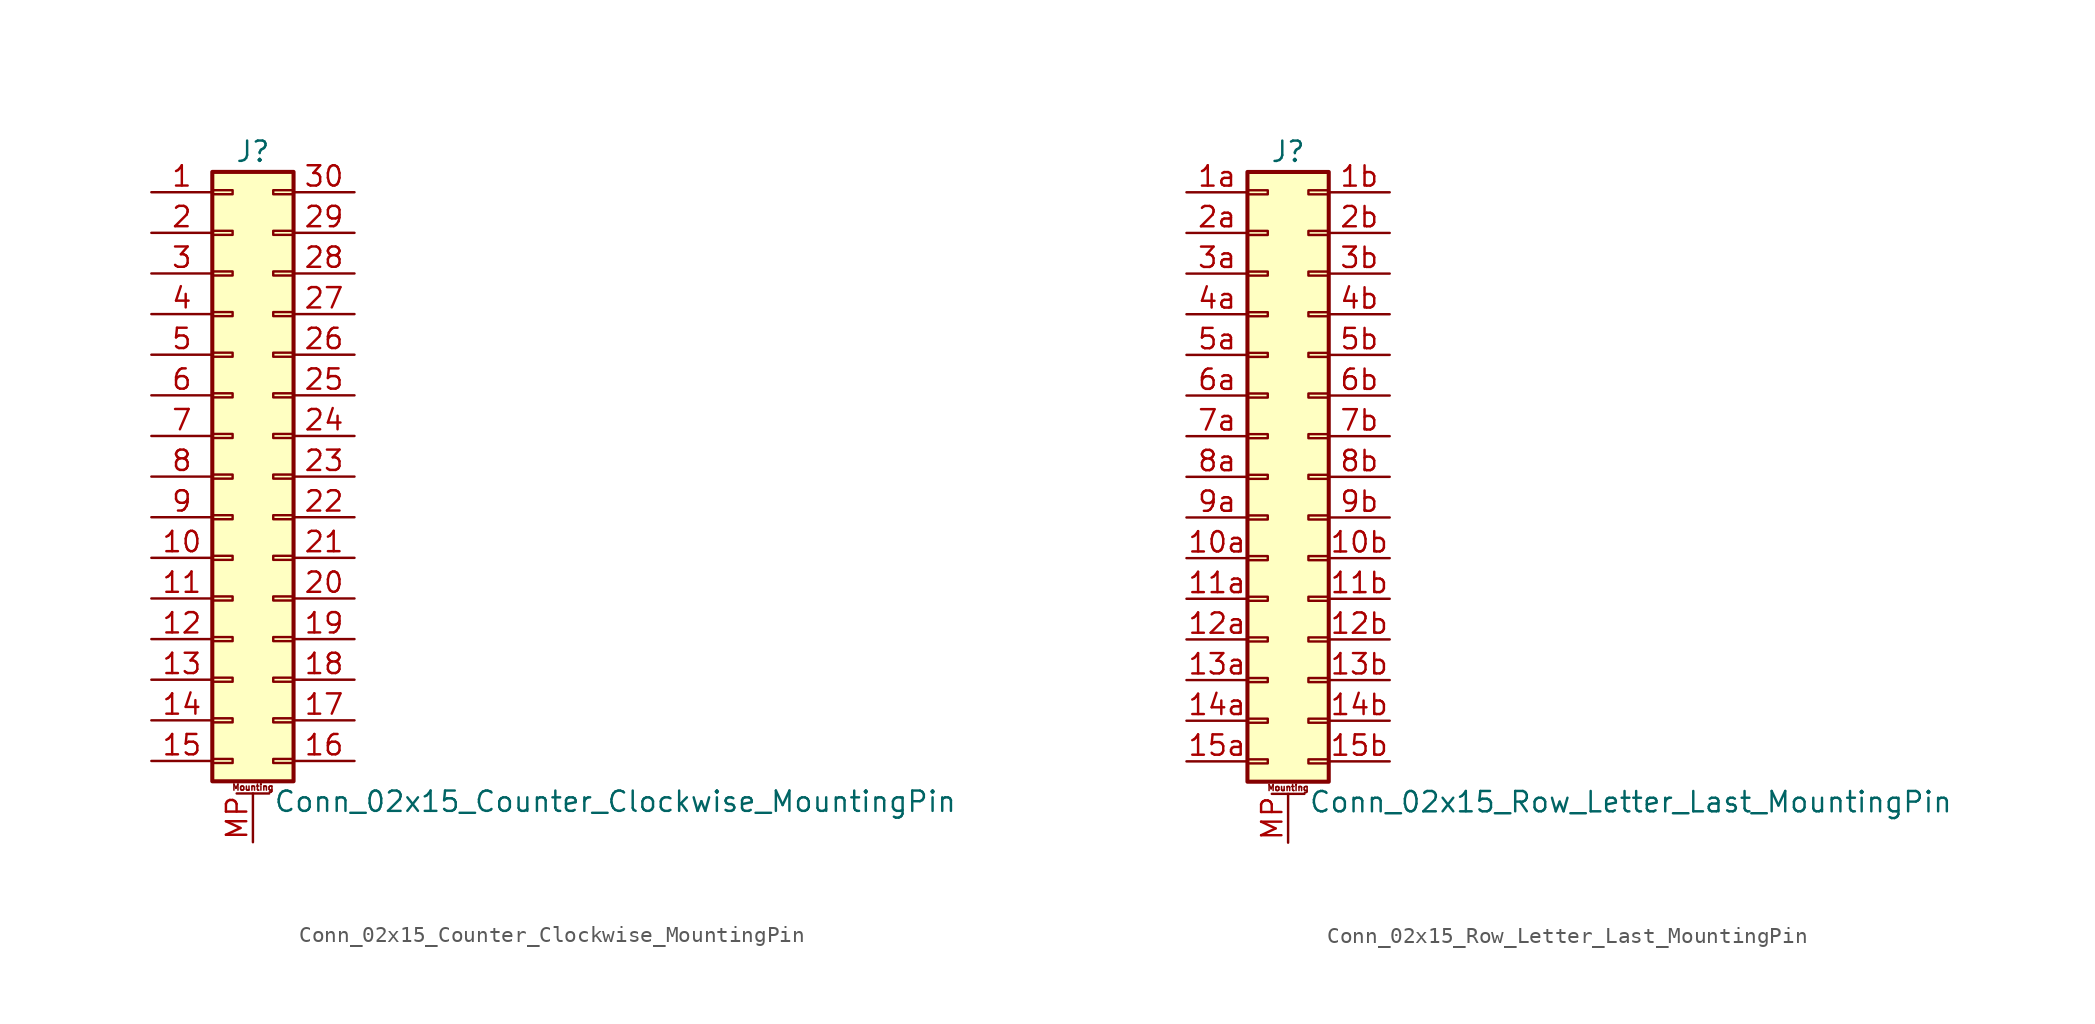
<source format=kicad_sym>
(kicad_symbol_lib
  (version 20220914)
  (generator kicad_symbol_editor)
  (symbol "Conn_02x15_Counter_Clockwise_MountingPin"
    (pin_names
      (offset 1.016) hide)
    (property "Reference" "J"
      (at 1.27 20.32 0)
      (effects (font (size 1.27 1.27))))
    (property "Value" "Conn_02x15_Counter_Clockwise_MountingPin"
      (at 2.54 -20.32 0)
      (effects (font (size 1.27 1.27)) (justify left)))
    (symbol "Conn_02x15_Counter_Clockwise_MountingPin_1_1"
      (rectangle (start -1.27 -17.653) (end 0 -17.907) (stroke (width 0.152) (type default)) (fill (type none)))
      (rectangle (start -1.27 -15.113) (end 0 -15.367) (stroke (width 0.152) (type default)) (fill (type none)))
      (rectangle (start -1.27 -12.573) (end 0 -12.827) (stroke (width 0.152) (type default)) (fill (type none)))
      (rectangle (start -1.27 -10.033) (end 0 -10.287) (stroke (width 0.152) (type default)) (fill (type none)))
      (rectangle (start -1.27 -7.493) (end 0 -7.747) (stroke (width 0.152) (type default)) (fill (type none)))
      (rectangle (start -1.27 -4.953) (end 0 -5.207) (stroke (width 0.152) (type default)) (fill (type none)))
      (rectangle (start -1.27 -2.413) (end 0 -2.667) (stroke (width 0.152) (type default)) (fill (type none)))
      (rectangle (start -1.27 0.127) (end 0 -0.127) (stroke (width 0.152) (type default)) (fill (type none)))
      (rectangle (start -1.27 2.667) (end 0 2.413) (stroke (width 0.152) (type default)) (fill (type none)))
      (rectangle (start -1.27 5.207) (end 0 4.953) (stroke (width 0.152) (type default)) (fill (type none)))
      (rectangle (start -1.27 7.747) (end 0 7.493) (stroke (width 0.152) (type default)) (fill (type none)))
      (rectangle (start -1.27 10.287) (end 0 10.033) (stroke (width 0.152) (type default)) (fill (type none)))
      (rectangle (start -1.27 12.827) (end 0 12.573) (stroke (width 0.152) (type default)) (fill (type none)))
      (rectangle (start -1.27 15.367) (end 0 15.113) (stroke (width 0.152) (type default)) (fill (type none)))
      (rectangle (start -1.27 17.907) (end 0 17.653) (stroke (width 0.152) (type default)) (fill (type none)))
      (rectangle (start -1.27 19.05) (end 3.81 -19.05) (stroke (width 0.254) (type default)) (fill (type background)))
      (polyline (pts (xy 0.254 -19.812) (xy 2.286 -19.812)) (stroke (width 0.152) (type default)) (fill (type none)))
      (rectangle (start 3.81 -17.653) (end 2.54 -17.907) (stroke (width 0.152) (type default)) (fill (type none)))
      (rectangle (start 3.81 -15.113) (end 2.54 -15.367) (stroke (width 0.152) (type default)) (fill (type none)))
      (rectangle (start 3.81 -12.573) (end 2.54 -12.827) (stroke (width 0.152) (type default)) (fill (type none)))
      (rectangle (start 3.81 -10.033) (end 2.54 -10.287) (stroke (width 0.152) (type default)) (fill (type none)))
      (rectangle (start 3.81 -7.493) (end 2.54 -7.747) (stroke (width 0.152) (type default)) (fill (type none)))
      (rectangle (start 3.81 -4.953) (end 2.54 -5.207) (stroke (width 0.152) (type default)) (fill (type none)))
      (rectangle (start 3.81 -2.413) (end 2.54 -2.667) (stroke (width 0.152) (type default)) (fill (type none)))
      (rectangle (start 3.81 0.127) (end 2.54 -0.127) (stroke (width 0.152) (type default)) (fill (type none)))
      (rectangle (start 3.81 2.667) (end 2.54 2.413) (stroke (width 0.152) (type default)) (fill (type none)))
      (rectangle (start 3.81 5.207) (end 2.54 4.953) (stroke (width 0.152) (type default)) (fill (type none)))
      (rectangle (start 3.81 7.747) (end 2.54 7.493) (stroke (width 0.152) (type default)) (fill (type none)))
      (rectangle (start 3.81 10.287) (end 2.54 10.033) (stroke (width 0.152) (type default)) (fill (type none)))
      (rectangle (start 3.81 12.827) (end 2.54 12.573) (stroke (width 0.152) (type default)) (fill (type none)))
      (rectangle (start 3.81 15.367) (end 2.54 15.113) (stroke (width 0.152) (type default)) (fill (type none)))
      (rectangle (start 3.81 17.907) (end 2.54 17.653) (stroke (width 0.152) (type default)) (fill (type none)))
      (text "Mounting" (at 1.27 -19.431 0) (effects (font (size 0.381 0.381))))
      (pin passive line (at -5.08 17.78 0) (length 3.81) (name "Pin_1" (effects (font (size 1.27 1.27)))) (number "1" (effects (font (size 1.27 1.27)))))
      (pin passive line (at -5.08 -5.08 0) (length 3.81) (name "Pin_10" (effects (font (size 1.27 1.27)))) (number "10" (effects (font (size 1.27 1.27)))))
      (pin passive line (at -5.08 -7.62 0) (length 3.81) (name "Pin_11" (effects (font (size 1.27 1.27)))) (number "11" (effects (font (size 1.27 1.27)))))
      (pin passive line (at -5.08 -10.16 0) (length 3.81) (name "Pin_12" (effects (font (size 1.27 1.27)))) (number "12" (effects (font (size 1.27 1.27)))))
      (pin passive line (at -5.08 -12.7 0) (length 3.81) (name "Pin_13" (effects (font (size 1.27 1.27)))) (number "13" (effects (font (size 1.27 1.27)))))
      (pin passive line (at -5.08 -15.24 0) (length 3.81) (name "Pin_14" (effects (font (size 1.27 1.27)))) (number "14" (effects (font (size 1.27 1.27)))))
      (pin passive line (at -5.08 -17.78 0) (length 3.81) (name "Pin_15" (effects (font (size 1.27 1.27)))) (number "15" (effects (font (size 1.27 1.27)))))
      (pin passive line (at 7.62 -17.78 180) (length 3.81) (name "Pin_16" (effects (font (size 1.27 1.27)))) (number "16" (effects (font (size 1.27 1.27)))))
      (pin passive line (at 7.62 -15.24 180) (length 3.81) (name "Pin_17" (effects (font (size 1.27 1.27)))) (number "17" (effects (font (size 1.27 1.27)))))
      (pin passive line (at 7.62 -12.7 180) (length 3.81) (name "Pin_18" (effects (font (size 1.27 1.27)))) (number "18" (effects (font (size 1.27 1.27)))))
      (pin passive line (at 7.62 -10.16 180) (length 3.81) (name "Pin_19" (effects (font (size 1.27 1.27)))) (number "19" (effects (font (size 1.27 1.27)))))
      (pin passive line (at -5.08 15.24 0) (length 3.81) (name "Pin_2" (effects (font (size 1.27 1.27)))) (number "2" (effects (font (size 1.27 1.27)))))
      (pin passive line (at 7.62 -7.62 180) (length 3.81) (name "Pin_20" (effects (font (size 1.27 1.27)))) (number "20" (effects (font (size 1.27 1.27)))))
      (pin passive line (at 7.62 -5.08 180) (length 3.81) (name "Pin_21" (effects (font (size 1.27 1.27)))) (number "21" (effects (font (size 1.27 1.27)))))
      (pin passive line (at 7.62 -2.54 180) (length 3.81) (name "Pin_22" (effects (font (size 1.27 1.27)))) (number "22" (effects (font (size 1.27 1.27)))))
      (pin passive line (at 7.62 0 180) (length 3.81) (name "Pin_23" (effects (font (size 1.27 1.27)))) (number "23" (effects (font (size 1.27 1.27)))))
      (pin passive line (at 7.62 2.54 180) (length 3.81) (name "Pin_24" (effects (font (size 1.27 1.27)))) (number "24" (effects (font (size 1.27 1.27)))))
      (pin passive line (at 7.62 5.08 180) (length 3.81) (name "Pin_25" (effects (font (size 1.27 1.27)))) (number "25" (effects (font (size 1.27 1.27)))))
      (pin passive line (at 7.62 7.62 180) (length 3.81) (name "Pin_26" (effects (font (size 1.27 1.27)))) (number "26" (effects (font (size 1.27 1.27)))))
      (pin passive line (at 7.62 10.16 180) (length 3.81) (name "Pin_27" (effects (font (size 1.27 1.27)))) (number "27" (effects (font (size 1.27 1.27)))))
      (pin passive line (at 7.62 12.7 180) (length 3.81) (name "Pin_28" (effects (font (size 1.27 1.27)))) (number "28" (effects (font (size 1.27 1.27)))))
      (pin passive line (at 7.62 15.24 180) (length 3.81) (name "Pin_29" (effects (font (size 1.27 1.27)))) (number "29" (effects (font (size 1.27 1.27)))))
      (pin passive line (at -5.08 12.7 0) (length 3.81) (name "Pin_3" (effects (font (size 1.27 1.27)))) (number "3" (effects (font (size 1.27 1.27)))))
      (pin passive line (at 7.62 17.78 180) (length 3.81) (name "Pin_30" (effects (font (size 1.27 1.27)))) (number "30" (effects (font (size 1.27 1.27)))))
      (pin passive line (at -5.08 10.16 0) (length 3.81) (name "Pin_4" (effects (font (size 1.27 1.27)))) (number "4" (effects (font (size 1.27 1.27)))))
      (pin passive line (at -5.08 7.62 0) (length 3.81) (name "Pin_5" (effects (font (size 1.27 1.27)))) (number "5" (effects (font (size 1.27 1.27)))))
      (pin passive line (at -5.08 5.08 0) (length 3.81) (name "Pin_6" (effects (font (size 1.27 1.27)))) (number "6" (effects (font (size 1.27 1.27)))))
      (pin passive line (at -5.08 2.54 0) (length 3.81) (name "Pin_7" (effects (font (size 1.27 1.27)))) (number "7" (effects (font (size 1.27 1.27)))))
      (pin passive line (at -5.08 0 0) (length 3.81) (name "Pin_8" (effects (font (size 1.27 1.27)))) (number "8" (effects (font (size 1.27 1.27)))))
      (pin passive line (at -5.08 -2.54 0) (length 3.81) (name "Pin_9" (effects (font (size 1.27 1.27)))) (number "9" (effects (font (size 1.27 1.27)))))
      (pin passive line (at 1.27 -22.86 90) (length 3.048) (name "MountPin" (effects (font (size 1.27 1.27)))) (number "MP" (effects (font (size 1.27 1.27)))))))
  (symbol "Conn_02x15_Row_Letter_Last_MountingPin"
    (pin_names
      (offset 1.016) hide)
    (property "Reference" "J"
      (at 1.27 20.32 0)
      (effects (font (size 1.27 1.27))))
    (property "Value" "Conn_02x15_Row_Letter_Last_MountingPin"
      (at 2.54 -20.32 0)
      (effects (font (size 1.27 1.27)) (justify left)))
    (symbol "Conn_02x15_Row_Letter_Last_MountingPin_1_1"
      (rectangle (start -1.27 -17.653) (end 0 -17.907) (stroke (width 0.152) (type default)) (fill (type none)))
      (rectangle (start -1.27 -15.113) (end 0 -15.367) (stroke (width 0.152) (type default)) (fill (type none)))
      (rectangle (start -1.27 -12.573) (end 0 -12.827) (stroke (width 0.152) (type default)) (fill (type none)))
      (rectangle (start -1.27 -10.033) (end 0 -10.287) (stroke (width 0.152) (type default)) (fill (type none)))
      (rectangle (start -1.27 -7.493) (end 0 -7.747) (stroke (width 0.152) (type default)) (fill (type none)))
      (rectangle (start -1.27 -4.953) (end 0 -5.207) (stroke (width 0.152) (type default)) (fill (type none)))
      (rectangle (start -1.27 -2.413) (end 0 -2.667) (stroke (width 0.152) (type default)) (fill (type none)))
      (rectangle (start -1.27 0.127) (end 0 -0.127) (stroke (width 0.152) (type default)) (fill (type none)))
      (rectangle (start -1.27 2.667) (end 0 2.413) (stroke (width 0.152) (type default)) (fill (type none)))
      (rectangle (start -1.27 5.207) (end 0 4.953) (stroke (width 0.152) (type default)) (fill (type none)))
      (rectangle (start -1.27 7.747) (end 0 7.493) (stroke (width 0.152) (type default)) (fill (type none)))
      (rectangle (start -1.27 10.287) (end 0 10.033) (stroke (width 0.152) (type default)) (fill (type none)))
      (rectangle (start -1.27 12.827) (end 0 12.573) (stroke (width 0.152) (type default)) (fill (type none)))
      (rectangle (start -1.27 15.367) (end 0 15.113) (stroke (width 0.152) (type default)) (fill (type none)))
      (rectangle (start -1.27 17.907) (end 0 17.653) (stroke (width 0.152) (type default)) (fill (type none)))
      (rectangle (start -1.27 19.05) (end 3.81 -19.05) (stroke (width 0.254) (type default)) (fill (type background)))
      (polyline (pts (xy 0.254 -19.812) (xy 2.286 -19.812)) (stroke (width 0.152) (type default)) (fill (type none)))
      (rectangle (start 3.81 -17.653) (end 2.54 -17.907) (stroke (width 0.152) (type default)) (fill (type none)))
      (rectangle (start 3.81 -15.113) (end 2.54 -15.367) (stroke (width 0.152) (type default)) (fill (type none)))
      (rectangle (start 3.81 -12.573) (end 2.54 -12.827) (stroke (width 0.152) (type default)) (fill (type none)))
      (rectangle (start 3.81 -10.033) (end 2.54 -10.287) (stroke (width 0.152) (type default)) (fill (type none)))
      (rectangle (start 3.81 -7.493) (end 2.54 -7.747) (stroke (width 0.152) (type default)) (fill (type none)))
      (rectangle (start 3.81 -4.953) (end 2.54 -5.207) (stroke (width 0.152) (type default)) (fill (type none)))
      (rectangle (start 3.81 -2.413) (end 2.54 -2.667) (stroke (width 0.152) (type default)) (fill (type none)))
      (rectangle (start 3.81 0.127) (end 2.54 -0.127) (stroke (width 0.152) (type default)) (fill (type none)))
      (rectangle (start 3.81 2.667) (end 2.54 2.413) (stroke (width 0.152) (type default)) (fill (type none)))
      (rectangle (start 3.81 5.207) (end 2.54 4.953) (stroke (width 0.152) (type default)) (fill (type none)))
      (rectangle (start 3.81 7.747) (end 2.54 7.493) (stroke (width 0.152) (type default)) (fill (type none)))
      (rectangle (start 3.81 10.287) (end 2.54 10.033) (stroke (width 0.152) (type default)) (fill (type none)))
      (rectangle (start 3.81 12.827) (end 2.54 12.573) (stroke (width 0.152) (type default)) (fill (type none)))
      (rectangle (start 3.81 15.367) (end 2.54 15.113) (stroke (width 0.152) (type default)) (fill (type none)))
      (rectangle (start 3.81 17.907) (end 2.54 17.653) (stroke (width 0.152) (type default)) (fill (type none)))
      (text "Mounting" (at 1.27 -19.431 0) (effects (font (size 0.381 0.381))))
      (pin passive line (at -5.08 -5.08 0) (length 3.81) (name "Pin_10a" (effects (font (size 1.27 1.27)))) (number "10a" (effects (font (size 1.27 1.27)))))
      (pin passive line (at 7.62 -5.08 180) (length 3.81) (name "Pin_10b" (effects (font (size 1.27 1.27)))) (number "10b" (effects (font (size 1.27 1.27)))))
      (pin passive line (at -5.08 -7.62 0) (length 3.81) (name "Pin_11a" (effects (font (size 1.27 1.27)))) (number "11a" (effects (font (size 1.27 1.27)))))
      (pin passive line (at 7.62 -7.62 180) (length 3.81) (name "Pin_11b" (effects (font (size 1.27 1.27)))) (number "11b" (effects (font (size 1.27 1.27)))))
      (pin passive line (at -5.08 -10.16 0) (length 3.81) (name "Pin_12a" (effects (font (size 1.27 1.27)))) (number "12a" (effects (font (size 1.27 1.27)))))
      (pin passive line (at 7.62 -10.16 180) (length 3.81) (name "Pin_12b" (effects (font (size 1.27 1.27)))) (number "12b" (effects (font (size 1.27 1.27)))))
      (pin passive line (at -5.08 -12.7 0) (length 3.81) (name "Pin_13a" (effects (font (size 1.27 1.27)))) (number "13a" (effects (font (size 1.27 1.27)))))
      (pin passive line (at 7.62 -12.7 180) (length 3.81) (name "Pin_13b" (effects (font (size 1.27 1.27)))) (number "13b" (effects (font (size 1.27 1.27)))))
      (pin passive line (at -5.08 -15.24 0) (length 3.81) (name "Pin_14a" (effects (font (size 1.27 1.27)))) (number "14a" (effects (font (size 1.27 1.27)))))
      (pin passive line (at 7.62 -15.24 180) (length 3.81) (name "Pin_14b" (effects (font (size 1.27 1.27)))) (number "14b" (effects (font (size 1.27 1.27)))))
      (pin passive line (at -5.08 -17.78 0) (length 3.81) (name "Pin_15a" (effects (font (size 1.27 1.27)))) (number "15a" (effects (font (size 1.27 1.27)))))
      (pin passive line (at 7.62 -17.78 180) (length 3.81) (name "Pin_15b" (effects (font (size 1.27 1.27)))) (number "15b" (effects (font (size 1.27 1.27)))))
      (pin passive line (at -5.08 17.78 0) (length 3.81) (name "Pin_1a" (effects (font (size 1.27 1.27)))) (number "1a" (effects (font (size 1.27 1.27)))))
      (pin passive line (at 7.62 17.78 180) (length 3.81) (name "Pin_1b" (effects (font (size 1.27 1.27)))) (number "1b" (effects (font (size 1.27 1.27)))))
      (pin passive line (at -5.08 15.24 0) (length 3.81) (name "Pin_2a" (effects (font (size 1.27 1.27)))) (number "2a" (effects (font (size 1.27 1.27)))))
      (pin passive line (at 7.62 15.24 180) (length 3.81) (name "Pin_2b" (effects (font (size 1.27 1.27)))) (number "2b" (effects (font (size 1.27 1.27)))))
      (pin passive line (at -5.08 12.7 0) (length 3.81) (name "Pin_3a" (effects (font (size 1.27 1.27)))) (number "3a" (effects (font (size 1.27 1.27)))))
      (pin passive line (at 7.62 12.7 180) (length 3.81) (name "Pin_3b" (effects (font (size 1.27 1.27)))) (number "3b" (effects (font (size 1.27 1.27)))))
      (pin passive line (at -5.08 10.16 0) (length 3.81) (name "Pin_4a" (effects (font (size 1.27 1.27)))) (number "4a" (effects (font (size 1.27 1.27)))))
      (pin passive line (at 7.62 10.16 180) (length 3.81) (name "Pin_4b" (effects (font (size 1.27 1.27)))) (number "4b" (effects (font (size 1.27 1.27)))))
      (pin passive line (at -5.08 7.62 0) (length 3.81) (name "Pin_5a" (effects (font (size 1.27 1.27)))) (number "5a" (effects (font (size 1.27 1.27)))))
      (pin passive line (at 7.62 7.62 180) (length 3.81) (name "Pin_5b" (effects (font (size 1.27 1.27)))) (number "5b" (effects (font (size 1.27 1.27)))))
      (pin passive line (at -5.08 5.08 0) (length 3.81) (name "Pin_6a" (effects (font (size 1.27 1.27)))) (number "6a" (effects (font (size 1.27 1.27)))))
      (pin passive line (at 7.62 5.08 180) (length 3.81) (name "Pin_6b" (effects (font (size 1.27 1.27)))) (number "6b" (effects (font (size 1.27 1.27)))))
      (pin passive line (at -5.08 2.54 0) (length 3.81) (name "Pin_7a" (effects (font (size 1.27 1.27)))) (number "7a" (effects (font (size 1.27 1.27)))))
      (pin passive line (at 7.62 2.54 180) (length 3.81) (name "Pin_7b" (effects (font (size 1.27 1.27)))) (number "7b" (effects (font (size 1.27 1.27)))))
      (pin passive line (at -5.08 0 0) (length 3.81) (name "Pin_8a" (effects (font (size 1.27 1.27)))) (number "8a" (effects (font (size 1.27 1.27)))))
      (pin passive line (at 7.62 0 180) (length 3.81) (name "Pin_8b" (effects (font (size 1.27 1.27)))) (number "8b" (effects (font (size 1.27 1.27)))))
      (pin passive line (at -5.08 -2.54 0) (length 3.81) (name "Pin_9a" (effects (font (size 1.27 1.27)))) (number "9a" (effects (font (size 1.27 1.27)))))
      (pin passive line (at 7.62 -2.54 180) (length 3.81) (name "Pin_9b" (effects (font (size 1.27 1.27)))) (number "9b" (effects (font (size 1.27 1.27)))))
      (pin passive line (at 1.27 -22.86 90) (length 3.048) (name "MountPin" (effects (font (size 1.27 1.27)))) (number "MP" (effects (font (size 1.27 1.27))))))))
</source>
